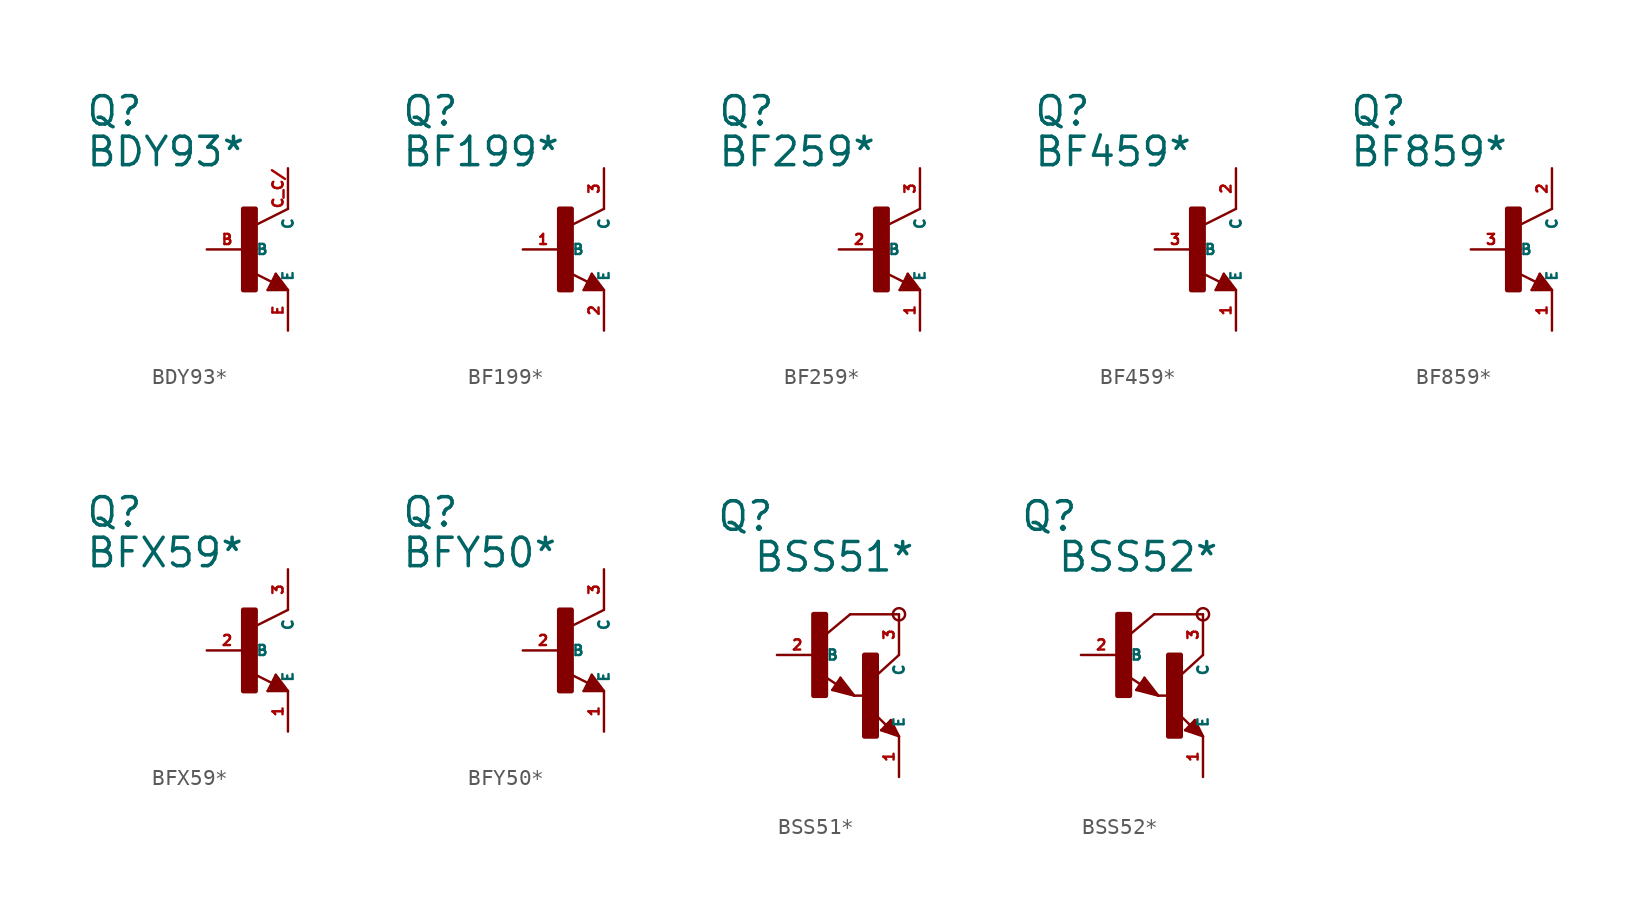
<source format=kicad_sym>
(kicad_symbol_lib
  (version 20220914)
  (generator Eagle2Kicad)
  (symbol "BDY93*"
    (property "Reference" "Q"
      (at -10.16 7.62 0)
      (effects (font (size 1.778 1.778) (thickness 0.22)) (justify left bottom)))
    (property "Value" "BDY93*"
      (at -10.16 5.08 0)
      (effects (font (size 1.778 1.778) (thickness 0.22)) (justify left bottom)))
    (polyline
      (pts (xy 2.54 2.54) (xy 0.508 1.524))
      (stroke (width 0.152) (type default))
      (fill (type none)))
    (polyline
      (pts (xy 1.778 -1.524) (xy 2.54 -2.54))
      (stroke (width 0.152) (type default))
      (fill (type none)))
    (polyline
      (pts (xy 2.54 -2.54) (xy 1.27 -2.54))
      (stroke (width 0.152) (type default))
      (fill (type none)))
    (polyline
      (pts (xy 1.27 -2.54) (xy 1.778 -1.524))
      (stroke (width 0.152) (type default))
      (fill (type none)))
    (polyline
      (pts (xy 1.54 -2.04) (xy 0.308 -1.424))
      (stroke (width 0.152) (type default))
      (fill (type none)))
    (polyline
      (pts (xy 1.524 -2.413) (xy 2.286 -2.413))
      (stroke (width 0.254) (type default))
      (fill (type none)))
    (polyline
      (pts (xy 2.286 -2.413) (xy 1.778 -1.778))
      (stroke (width 0.254) (type default))
      (fill (type none)))
    (polyline
      (pts (xy 1.778 -1.778) (xy 1.524 -2.286))
      (stroke (width 0.254) (type default))
      (fill (type none)))
    (polyline
      (pts (xy 1.524 -2.286) (xy 1.905 -2.286))
      (stroke (width 0.254) (type default))
      (fill (type none)))
    (polyline
      (pts (xy 1.905 -2.286) (xy 1.778 -2.032))
      (stroke (width 0.254) (type default))
      (fill (type none)))
    (rectangle
      (start -0.254 -2.54)
      (end 0.508 2.54)
      (stroke (width 0.3) (type default))
      (fill (type outline)))
    (pin passive line
      (at -2.54 0 0)
      (length 2.54)
      (name "B" (effects (font (size 0.635 0.635) (thickness 0.08)) (justify left bottom)))
      (number "B" (effects (font (size 0.635 0.635) (thickness 0.08)) (justify left bottom))))
    (pin passive line
      (at 2.54 -5.08 90)
      (length 2.54)
      (name "E" (effects (font (size 0.635 0.635) (thickness 0.08)) (justify left bottom)))
      (number "E" (effects (font (size 0.635 0.635) (thickness 0.08)) (justify left bottom))))
    (pin passive line
      (at 2.54 5.08 270)
      (length 2.54)
      (name "C" (effects (font (size 0.635 0.635) (thickness 0.08)) (justify left bottom)))
      (number "C C/" (effects (font (size 0.635 0.635) (thickness 0.08)) (justify left bottom)))))
  (symbol "BF199*"
    (property "Reference" "Q"
      (at -10.16 7.62 0)
      (effects (font (size 1.778 1.778) (thickness 0.22)) (justify left bottom)))
    (property "Value" "BF199*"
      (at -10.16 5.08 0)
      (effects (font (size 1.778 1.778) (thickness 0.22)) (justify left bottom)))
    (polyline
      (pts (xy 2.54 2.54) (xy 0.508 1.524))
      (stroke (width 0.152) (type default))
      (fill (type none)))
    (polyline
      (pts (xy 1.778 -1.524) (xy 2.54 -2.54))
      (stroke (width 0.152) (type default))
      (fill (type none)))
    (polyline
      (pts (xy 2.54 -2.54) (xy 1.27 -2.54))
      (stroke (width 0.152) (type default))
      (fill (type none)))
    (polyline
      (pts (xy 1.27 -2.54) (xy 1.778 -1.524))
      (stroke (width 0.152) (type default))
      (fill (type none)))
    (polyline
      (pts (xy 1.54 -2.04) (xy 0.308 -1.424))
      (stroke (width 0.152) (type default))
      (fill (type none)))
    (polyline
      (pts (xy 1.524 -2.413) (xy 2.286 -2.413))
      (stroke (width 0.254) (type default))
      (fill (type none)))
    (polyline
      (pts (xy 2.286 -2.413) (xy 1.778 -1.778))
      (stroke (width 0.254) (type default))
      (fill (type none)))
    (polyline
      (pts (xy 1.778 -1.778) (xy 1.524 -2.286))
      (stroke (width 0.254) (type default))
      (fill (type none)))
    (polyline
      (pts (xy 1.524 -2.286) (xy 1.905 -2.286))
      (stroke (width 0.254) (type default))
      (fill (type none)))
    (polyline
      (pts (xy 1.905 -2.286) (xy 1.778 -2.032))
      (stroke (width 0.254) (type default))
      (fill (type none)))
    (rectangle
      (start -0.254 -2.54)
      (end 0.508 2.54)
      (stroke (width 0.3) (type default))
      (fill (type outline)))
    (pin passive line
      (at -2.54 0 0)
      (length 2.54)
      (name "B" (effects (font (size 0.635 0.635) (thickness 0.08)) (justify left bottom)))
      (number "1" (effects (font (size 0.635 0.635) (thickness 0.08)) (justify left bottom))))
    (pin passive line
      (at 2.54 -5.08 90)
      (length 2.54)
      (name "E" (effects (font (size 0.635 0.635) (thickness 0.08)) (justify left bottom)))
      (number "2" (effects (font (size 0.635 0.635) (thickness 0.08)) (justify left bottom))))
    (pin passive line
      (at 2.54 5.08 270)
      (length 2.54)
      (name "C" (effects (font (size 0.635 0.635) (thickness 0.08)) (justify left bottom)))
      (number "3" (effects (font (size 0.635 0.635) (thickness 0.08)) (justify left bottom)))))
  (symbol "BF259*"
    (property "Reference" "Q"
      (at -10.16 7.62 0)
      (effects (font (size 1.778 1.778) (thickness 0.22)) (justify left bottom)))
    (property "Value" "BF259*"
      (at -10.16 5.08 0)
      (effects (font (size 1.778 1.778) (thickness 0.22)) (justify left bottom)))
    (polyline
      (pts (xy 2.54 2.54) (xy 0.508 1.524))
      (stroke (width 0.152) (type default))
      (fill (type none)))
    (polyline
      (pts (xy 1.778 -1.524) (xy 2.54 -2.54))
      (stroke (width 0.152) (type default))
      (fill (type none)))
    (polyline
      (pts (xy 2.54 -2.54) (xy 1.27 -2.54))
      (stroke (width 0.152) (type default))
      (fill (type none)))
    (polyline
      (pts (xy 1.27 -2.54) (xy 1.778 -1.524))
      (stroke (width 0.152) (type default))
      (fill (type none)))
    (polyline
      (pts (xy 1.54 -2.04) (xy 0.308 -1.424))
      (stroke (width 0.152) (type default))
      (fill (type none)))
    (polyline
      (pts (xy 1.524 -2.413) (xy 2.286 -2.413))
      (stroke (width 0.254) (type default))
      (fill (type none)))
    (polyline
      (pts (xy 2.286 -2.413) (xy 1.778 -1.778))
      (stroke (width 0.254) (type default))
      (fill (type none)))
    (polyline
      (pts (xy 1.778 -1.778) (xy 1.524 -2.286))
      (stroke (width 0.254) (type default))
      (fill (type none)))
    (polyline
      (pts (xy 1.524 -2.286) (xy 1.905 -2.286))
      (stroke (width 0.254) (type default))
      (fill (type none)))
    (polyline
      (pts (xy 1.905 -2.286) (xy 1.778 -2.032))
      (stroke (width 0.254) (type default))
      (fill (type none)))
    (rectangle
      (start -0.254 -2.54)
      (end 0.508 2.54)
      (stroke (width 0.3) (type default))
      (fill (type outline)))
    (pin passive line
      (at -2.54 0 0)
      (length 2.54)
      (name "B" (effects (font (size 0.635 0.635) (thickness 0.08)) (justify left bottom)))
      (number "2" (effects (font (size 0.635 0.635) (thickness 0.08)) (justify left bottom))))
    (pin passive line
      (at 2.54 -5.08 90)
      (length 2.54)
      (name "E" (effects (font (size 0.635 0.635) (thickness 0.08)) (justify left bottom)))
      (number "1" (effects (font (size 0.635 0.635) (thickness 0.08)) (justify left bottom))))
    (pin passive line
      (at 2.54 5.08 270)
      (length 2.54)
      (name "C" (effects (font (size 0.635 0.635) (thickness 0.08)) (justify left bottom)))
      (number "3" (effects (font (size 0.635 0.635) (thickness 0.08)) (justify left bottom)))))
  (symbol "BF459*"
    (property "Reference" "Q"
      (at -10.16 7.62 0)
      (effects (font (size 1.778 1.778) (thickness 0.22)) (justify left bottom)))
    (property "Value" "BF459*"
      (at -10.16 5.08 0)
      (effects (font (size 1.778 1.778) (thickness 0.22)) (justify left bottom)))
    (polyline
      (pts (xy 2.54 2.54) (xy 0.508 1.524))
      (stroke (width 0.152) (type default))
      (fill (type none)))
    (polyline
      (pts (xy 1.778 -1.524) (xy 2.54 -2.54))
      (stroke (width 0.152) (type default))
      (fill (type none)))
    (polyline
      (pts (xy 2.54 -2.54) (xy 1.27 -2.54))
      (stroke (width 0.152) (type default))
      (fill (type none)))
    (polyline
      (pts (xy 1.27 -2.54) (xy 1.778 -1.524))
      (stroke (width 0.152) (type default))
      (fill (type none)))
    (polyline
      (pts (xy 1.54 -2.04) (xy 0.308 -1.424))
      (stroke (width 0.152) (type default))
      (fill (type none)))
    (polyline
      (pts (xy 1.524 -2.413) (xy 2.286 -2.413))
      (stroke (width 0.254) (type default))
      (fill (type none)))
    (polyline
      (pts (xy 2.286 -2.413) (xy 1.778 -1.778))
      (stroke (width 0.254) (type default))
      (fill (type none)))
    (polyline
      (pts (xy 1.778 -1.778) (xy 1.524 -2.286))
      (stroke (width 0.254) (type default))
      (fill (type none)))
    (polyline
      (pts (xy 1.524 -2.286) (xy 1.905 -2.286))
      (stroke (width 0.254) (type default))
      (fill (type none)))
    (polyline
      (pts (xy 1.905 -2.286) (xy 1.778 -2.032))
      (stroke (width 0.254) (type default))
      (fill (type none)))
    (rectangle
      (start -0.254 -2.54)
      (end 0.508 2.54)
      (stroke (width 0.3) (type default))
      (fill (type outline)))
    (pin passive line
      (at -2.54 0 0)
      (length 2.54)
      (name "B" (effects (font (size 0.635 0.635) (thickness 0.08)) (justify left bottom)))
      (number "3" (effects (font (size 0.635 0.635) (thickness 0.08)) (justify left bottom))))
    (pin passive line
      (at 2.54 -5.08 90)
      (length 2.54)
      (name "E" (effects (font (size 0.635 0.635) (thickness 0.08)) (justify left bottom)))
      (number "1" (effects (font (size 0.635 0.635) (thickness 0.08)) (justify left bottom))))
    (pin passive line
      (at 2.54 5.08 270)
      (length 2.54)
      (name "C" (effects (font (size 0.635 0.635) (thickness 0.08)) (justify left bottom)))
      (number "2" (effects (font (size 0.635 0.635) (thickness 0.08)) (justify left bottom)))))
  (symbol "BF859*"
    (property "Reference" "Q"
      (at -10.16 7.62 0)
      (effects (font (size 1.778 1.778) (thickness 0.22)) (justify left bottom)))
    (property "Value" "BF859*"
      (at -10.16 5.08 0)
      (effects (font (size 1.778 1.778) (thickness 0.22)) (justify left bottom)))
    (polyline
      (pts (xy 2.54 2.54) (xy 0.508 1.524))
      (stroke (width 0.152) (type default))
      (fill (type none)))
    (polyline
      (pts (xy 1.778 -1.524) (xy 2.54 -2.54))
      (stroke (width 0.152) (type default))
      (fill (type none)))
    (polyline
      (pts (xy 2.54 -2.54) (xy 1.27 -2.54))
      (stroke (width 0.152) (type default))
      (fill (type none)))
    (polyline
      (pts (xy 1.27 -2.54) (xy 1.778 -1.524))
      (stroke (width 0.152) (type default))
      (fill (type none)))
    (polyline
      (pts (xy 1.54 -2.04) (xy 0.308 -1.424))
      (stroke (width 0.152) (type default))
      (fill (type none)))
    (polyline
      (pts (xy 1.524 -2.413) (xy 2.286 -2.413))
      (stroke (width 0.254) (type default))
      (fill (type none)))
    (polyline
      (pts (xy 2.286 -2.413) (xy 1.778 -1.778))
      (stroke (width 0.254) (type default))
      (fill (type none)))
    (polyline
      (pts (xy 1.778 -1.778) (xy 1.524 -2.286))
      (stroke (width 0.254) (type default))
      (fill (type none)))
    (polyline
      (pts (xy 1.524 -2.286) (xy 1.905 -2.286))
      (stroke (width 0.254) (type default))
      (fill (type none)))
    (polyline
      (pts (xy 1.905 -2.286) (xy 1.778 -2.032))
      (stroke (width 0.254) (type default))
      (fill (type none)))
    (rectangle
      (start -0.254 -2.54)
      (end 0.508 2.54)
      (stroke (width 0.3) (type default))
      (fill (type outline)))
    (pin passive line
      (at -2.54 0 0)
      (length 2.54)
      (name "B" (effects (font (size 0.635 0.635) (thickness 0.08)) (justify left bottom)))
      (number "3" (effects (font (size 0.635 0.635) (thickness 0.08)) (justify left bottom))))
    (pin passive line
      (at 2.54 -5.08 90)
      (length 2.54)
      (name "E" (effects (font (size 0.635 0.635) (thickness 0.08)) (justify left bottom)))
      (number "1" (effects (font (size 0.635 0.635) (thickness 0.08)) (justify left bottom))))
    (pin passive line
      (at 2.54 5.08 270)
      (length 2.54)
      (name "C" (effects (font (size 0.635 0.635) (thickness 0.08)) (justify left bottom)))
      (number "2" (effects (font (size 0.635 0.635) (thickness 0.08)) (justify left bottom)))))
  (symbol "BFX59*"
    (property "Reference" "Q"
      (at -10.16 7.62 0)
      (effects (font (size 1.778 1.778) (thickness 0.22)) (justify left bottom)))
    (property "Value" "BFX59*"
      (at -10.16 5.08 0)
      (effects (font (size 1.778 1.778) (thickness 0.22)) (justify left bottom)))
    (polyline
      (pts (xy 2.54 2.54) (xy 0.508 1.524))
      (stroke (width 0.152) (type default))
      (fill (type none)))
    (polyline
      (pts (xy 1.778 -1.524) (xy 2.54 -2.54))
      (stroke (width 0.152) (type default))
      (fill (type none)))
    (polyline
      (pts (xy 2.54 -2.54) (xy 1.27 -2.54))
      (stroke (width 0.152) (type default))
      (fill (type none)))
    (polyline
      (pts (xy 1.27 -2.54) (xy 1.778 -1.524))
      (stroke (width 0.152) (type default))
      (fill (type none)))
    (polyline
      (pts (xy 1.54 -2.04) (xy 0.308 -1.424))
      (stroke (width 0.152) (type default))
      (fill (type none)))
    (polyline
      (pts (xy 1.524 -2.413) (xy 2.286 -2.413))
      (stroke (width 0.254) (type default))
      (fill (type none)))
    (polyline
      (pts (xy 2.286 -2.413) (xy 1.778 -1.778))
      (stroke (width 0.254) (type default))
      (fill (type none)))
    (polyline
      (pts (xy 1.778 -1.778) (xy 1.524 -2.286))
      (stroke (width 0.254) (type default))
      (fill (type none)))
    (polyline
      (pts (xy 1.524 -2.286) (xy 1.905 -2.286))
      (stroke (width 0.254) (type default))
      (fill (type none)))
    (polyline
      (pts (xy 1.905 -2.286) (xy 1.778 -2.032))
      (stroke (width 0.254) (type default))
      (fill (type none)))
    (rectangle
      (start -0.254 -2.54)
      (end 0.508 2.54)
      (stroke (width 0.3) (type default))
      (fill (type outline)))
    (pin passive line
      (at -2.54 0 0)
      (length 2.54)
      (name "B" (effects (font (size 0.635 0.635) (thickness 0.08)) (justify left bottom)))
      (number "2" (effects (font (size 0.635 0.635) (thickness 0.08)) (justify left bottom))))
    (pin passive line
      (at 2.54 -5.08 90)
      (length 2.54)
      (name "E" (effects (font (size 0.635 0.635) (thickness 0.08)) (justify left bottom)))
      (number "1" (effects (font (size 0.635 0.635) (thickness 0.08)) (justify left bottom))))
    (pin passive line
      (at 2.54 5.08 270)
      (length 2.54)
      (name "C" (effects (font (size 0.635 0.635) (thickness 0.08)) (justify left bottom)))
      (number "3" (effects (font (size 0.635 0.635) (thickness 0.08)) (justify left bottom)))))
  (symbol "BFY50*"
    (property "Reference" "Q"
      (at -10.16 7.62 0)
      (effects (font (size 1.778 1.778) (thickness 0.22)) (justify left bottom)))
    (property "Value" "BFY50*"
      (at -10.16 5.08 0)
      (effects (font (size 1.778 1.778) (thickness 0.22)) (justify left bottom)))
    (polyline
      (pts (xy 2.54 2.54) (xy 0.508 1.524))
      (stroke (width 0.152) (type default))
      (fill (type none)))
    (polyline
      (pts (xy 1.778 -1.524) (xy 2.54 -2.54))
      (stroke (width 0.152) (type default))
      (fill (type none)))
    (polyline
      (pts (xy 2.54 -2.54) (xy 1.27 -2.54))
      (stroke (width 0.152) (type default))
      (fill (type none)))
    (polyline
      (pts (xy 1.27 -2.54) (xy 1.778 -1.524))
      (stroke (width 0.152) (type default))
      (fill (type none)))
    (polyline
      (pts (xy 1.54 -2.04) (xy 0.308 -1.424))
      (stroke (width 0.152) (type default))
      (fill (type none)))
    (polyline
      (pts (xy 1.524 -2.413) (xy 2.286 -2.413))
      (stroke (width 0.254) (type default))
      (fill (type none)))
    (polyline
      (pts (xy 2.286 -2.413) (xy 1.778 -1.778))
      (stroke (width 0.254) (type default))
      (fill (type none)))
    (polyline
      (pts (xy 1.778 -1.778) (xy 1.524 -2.286))
      (stroke (width 0.254) (type default))
      (fill (type none)))
    (polyline
      (pts (xy 1.524 -2.286) (xy 1.905 -2.286))
      (stroke (width 0.254) (type default))
      (fill (type none)))
    (polyline
      (pts (xy 1.905 -2.286) (xy 1.778 -2.032))
      (stroke (width 0.254) (type default))
      (fill (type none)))
    (rectangle
      (start -0.254 -2.54)
      (end 0.508 2.54)
      (stroke (width 0.3) (type default))
      (fill (type outline)))
    (pin passive line
      (at -2.54 0 0)
      (length 2.54)
      (name "B" (effects (font (size 0.635 0.635) (thickness 0.08)) (justify left bottom)))
      (number "2" (effects (font (size 0.635 0.635) (thickness 0.08)) (justify left bottom))))
    (pin passive line
      (at 2.54 -5.08 90)
      (length 2.54)
      (name "E" (effects (font (size 0.635 0.635) (thickness 0.08)) (justify left bottom)))
      (number "1" (effects (font (size 0.635 0.635) (thickness 0.08)) (justify left bottom))))
    (pin passive line
      (at 2.54 5.08 270)
      (length 2.54)
      (name "C" (effects (font (size 0.635 0.635) (thickness 0.08)) (justify left bottom)))
      (number "3" (effects (font (size 0.635 0.635) (thickness 0.08)) (justify left bottom)))))
  (symbol "BSS51*"
    (property "Reference" "Q"
      (at -6.35 7.62 0)
      (effects (font (size 1.778 1.778) (thickness 0.22)) (justify left bottom)))
    (property "Value" "BSS51*"
      (at -4.064 5.08 0)
      (effects (font (size 1.778 1.778) (thickness 0.22)) (justify left bottom)))
    (polyline
      (pts (xy 5.08 2.54) (xy 2.032 2.54))
      (stroke (width 0.152) (type default))
      (fill (type none)))
    (polyline
      (pts (xy 1.424 -1.424) (xy 2.286 -2.54))
      (stroke (width 0.152) (type default))
      (fill (type none)))
    (polyline
      (pts (xy 2.921 -2.54) (xy 2.286 -2.54))
      (stroke (width 0.152) (type default))
      (fill (type none)))
    (polyline
      (pts (xy 0.916 -2.186) (xy 1.424 -1.424))
      (stroke (width 0.152) (type default))
      (fill (type none)))
    (polyline
      (pts (xy 2.286 -2.54) (xy 0.916 -2.186))
      (stroke (width 0.152) (type default))
      (fill (type none)))
    (polyline
      (pts (xy 2.032 2.54) (xy 0.508 1.27))
      (stroke (width 0.152) (type default))
      (fill (type none)))
    (polyline
      (pts (xy 5.08 0) (xy 3.683 -1.27))
      (stroke (width 0.152) (type default))
      (fill (type none)))
    (polyline
      (pts (xy 5.08 -5.08) (xy 3.964 -4.699))
      (stroke (width 0.152) (type default))
      (fill (type none)))
    (polyline
      (pts (xy 4.572 -4.064) (xy 5.08 -5.08))
      (stroke (width 0.152) (type default))
      (fill (type none)))
    (polyline
      (pts (xy 3.964 -4.699) (xy 4.572 -4.064))
      (stroke (width 0.152) (type default))
      (fill (type none)))
    (polyline
      (pts (xy 1.186 -1.84) (xy 0.208 -1.197))
      (stroke (width 0.152) (type default))
      (fill (type none)))
    (polyline
      (pts (xy 4.28 -4.38) (xy 3.483 -3.61))
      (stroke (width 0.152) (type default))
      (fill (type none)))
    (polyline
      (pts (xy 2.159 -2.413) (xy 1.397 -1.524))
      (stroke (width 0.127) (type default))
      (fill (type none)))
    (polyline
      (pts (xy 1.397 -1.524) (xy 1.016 -2.159))
      (stroke (width 0.127) (type default))
      (fill (type none)))
    (polyline
      (pts (xy 1.016 -2.159) (xy 2.032 -2.413))
      (stroke (width 0.127) (type default))
      (fill (type none)))
    (polyline
      (pts (xy 2.032 -2.413) (xy 1.397 -1.651))
      (stroke (width 0.127) (type default))
      (fill (type none)))
    (polyline
      (pts (xy 1.397 -1.651) (xy 1.143 -2.032))
      (stroke (width 0.127) (type default))
      (fill (type none)))
    (polyline
      (pts (xy 1.143 -2.032) (xy 1.905 -2.286))
      (stroke (width 0.254) (type default))
      (fill (type none)))
    (polyline
      (pts (xy 1.905 -2.286) (xy 1.397 -1.778))
      (stroke (width 0.254) (type default))
      (fill (type none)))
    (polyline
      (pts (xy 1.397 -1.778) (xy 1.397 -1.905))
      (stroke (width 0.254) (type default))
      (fill (type none)))
    (polyline
      (pts (xy 4.953 -4.953) (xy 4.572 -4.191))
      (stroke (width 0.127) (type default))
      (fill (type none)))
    (polyline
      (pts (xy 4.572 -4.191) (xy 4.064 -4.699))
      (stroke (width 0.127) (type default))
      (fill (type none)))
    (polyline
      (pts (xy 4.064 -4.699) (xy 4.826 -4.953))
      (stroke (width 0.127) (type default))
      (fill (type none)))
    (polyline
      (pts (xy 4.826 -4.953) (xy 4.572 -4.318))
      (stroke (width 0.127) (type default))
      (fill (type none)))
    (polyline
      (pts (xy 4.572 -4.318) (xy 4.191 -4.699))
      (stroke (width 0.254) (type default))
      (fill (type none)))
    (polyline
      (pts (xy 4.191 -4.699) (xy 4.699 -4.826))
      (stroke (width 0.254) (type default))
      (fill (type none)))
    (polyline
      (pts (xy 4.699 -4.826) (xy 4.572 -4.572))
      (stroke (width 0.254) (type default))
      (fill (type none)))
    (polyline
      (pts (xy 4.572 -4.572) (xy 4.445 -4.572))
      (stroke (width 0.254) (type default))
      (fill (type none)))
    (circle
      (center 5.08 2.54)
      (radius 0.381)
      (stroke (width 0) (type default))
      (fill (type none)))
    (rectangle
      (start -0.254 -2.54)
      (end 0.508 2.54)
      (stroke (width 0.3) (type default))
      (fill (type outline)))
    (rectangle
      (start 2.921 -5.08)
      (end 3.683 0)
      (stroke (width 0.3) (type default))
      (fill (type outline)))
    (pin passive line
      (at -2.54 0 0)
      (length 2.54)
      (name "B" (effects (font (size 0.635 0.635) (thickness 0.08)) (justify left bottom)))
      (number "2" (effects (font (size 0.635 0.635) (thickness 0.08)) (justify left bottom))))
    (pin passive line
      (at 5.08 -7.62 90)
      (length 2.54)
      (name "E" (effects (font (size 0.635 0.635) (thickness 0.08)) (justify left bottom)))
      (number "1" (effects (font (size 0.635 0.635) (thickness 0.08)) (justify left bottom))))
    (pin passive line
      (at 5.08 2.54 270)
      (length 2.54)
      (name "C" (effects (font (size 0.635 0.635) (thickness 0.08)) (justify left bottom)))
      (number "3" (effects (font (size 0.635 0.635) (thickness 0.08)) (justify left bottom)))))
  (symbol "BSS52*"
    (property "Reference" "Q"
      (at -6.35 7.62 0)
      (effects (font (size 1.778 1.778) (thickness 0.22)) (justify left bottom)))
    (property "Value" "BSS52*"
      (at -4.064 5.08 0)
      (effects (font (size 1.778 1.778) (thickness 0.22)) (justify left bottom)))
    (polyline
      (pts (xy 5.08 2.54) (xy 2.032 2.54))
      (stroke (width 0.152) (type default))
      (fill (type none)))
    (polyline
      (pts (xy 1.424 -1.424) (xy 2.286 -2.54))
      (stroke (width 0.152) (type default))
      (fill (type none)))
    (polyline
      (pts (xy 2.921 -2.54) (xy 2.286 -2.54))
      (stroke (width 0.152) (type default))
      (fill (type none)))
    (polyline
      (pts (xy 0.916 -2.186) (xy 1.424 -1.424))
      (stroke (width 0.152) (type default))
      (fill (type none)))
    (polyline
      (pts (xy 2.286 -2.54) (xy 0.916 -2.186))
      (stroke (width 0.152) (type default))
      (fill (type none)))
    (polyline
      (pts (xy 2.032 2.54) (xy 0.508 1.27))
      (stroke (width 0.152) (type default))
      (fill (type none)))
    (polyline
      (pts (xy 5.08 0) (xy 3.683 -1.27))
      (stroke (width 0.152) (type default))
      (fill (type none)))
    (polyline
      (pts (xy 5.08 -5.08) (xy 3.964 -4.699))
      (stroke (width 0.152) (type default))
      (fill (type none)))
    (polyline
      (pts (xy 4.572 -4.064) (xy 5.08 -5.08))
      (stroke (width 0.152) (type default))
      (fill (type none)))
    (polyline
      (pts (xy 3.964 -4.699) (xy 4.572 -4.064))
      (stroke (width 0.152) (type default))
      (fill (type none)))
    (polyline
      (pts (xy 1.186 -1.84) (xy 0.208 -1.197))
      (stroke (width 0.152) (type default))
      (fill (type none)))
    (polyline
      (pts (xy 4.28 -4.38) (xy 3.483 -3.61))
      (stroke (width 0.152) (type default))
      (fill (type none)))
    (polyline
      (pts (xy 2.159 -2.413) (xy 1.397 -1.524))
      (stroke (width 0.127) (type default))
      (fill (type none)))
    (polyline
      (pts (xy 1.397 -1.524) (xy 1.016 -2.159))
      (stroke (width 0.127) (type default))
      (fill (type none)))
    (polyline
      (pts (xy 1.016 -2.159) (xy 2.032 -2.413))
      (stroke (width 0.127) (type default))
      (fill (type none)))
    (polyline
      (pts (xy 2.032 -2.413) (xy 1.397 -1.651))
      (stroke (width 0.127) (type default))
      (fill (type none)))
    (polyline
      (pts (xy 1.397 -1.651) (xy 1.143 -2.032))
      (stroke (width 0.127) (type default))
      (fill (type none)))
    (polyline
      (pts (xy 1.143 -2.032) (xy 1.905 -2.286))
      (stroke (width 0.254) (type default))
      (fill (type none)))
    (polyline
      (pts (xy 1.905 -2.286) (xy 1.397 -1.778))
      (stroke (width 0.254) (type default))
      (fill (type none)))
    (polyline
      (pts (xy 1.397 -1.778) (xy 1.397 -1.905))
      (stroke (width 0.254) (type default))
      (fill (type none)))
    (polyline
      (pts (xy 4.953 -4.953) (xy 4.572 -4.191))
      (stroke (width 0.127) (type default))
      (fill (type none)))
    (polyline
      (pts (xy 4.572 -4.191) (xy 4.064 -4.699))
      (stroke (width 0.127) (type default))
      (fill (type none)))
    (polyline
      (pts (xy 4.064 -4.699) (xy 4.826 -4.953))
      (stroke (width 0.127) (type default))
      (fill (type none)))
    (polyline
      (pts (xy 4.826 -4.953) (xy 4.572 -4.318))
      (stroke (width 0.127) (type default))
      (fill (type none)))
    (polyline
      (pts (xy 4.572 -4.318) (xy 4.191 -4.699))
      (stroke (width 0.254) (type default))
      (fill (type none)))
    (polyline
      (pts (xy 4.191 -4.699) (xy 4.699 -4.826))
      (stroke (width 0.254) (type default))
      (fill (type none)))
    (polyline
      (pts (xy 4.699 -4.826) (xy 4.572 -4.572))
      (stroke (width 0.254) (type default))
      (fill (type none)))
    (polyline
      (pts (xy 4.572 -4.572) (xy 4.445 -4.572))
      (stroke (width 0.254) (type default))
      (fill (type none)))
    (circle
      (center 5.08 2.54)
      (radius 0.381)
      (stroke (width 0) (type default))
      (fill (type none)))
    (rectangle
      (start -0.254 -2.54)
      (end 0.508 2.54)
      (stroke (width 0.3) (type default))
      (fill (type outline)))
    (rectangle
      (start 2.921 -5.08)
      (end 3.683 0)
      (stroke (width 0.3) (type default))
      (fill (type outline)))
    (pin passive line
      (at -2.54 0 0)
      (length 2.54)
      (name "B" (effects (font (size 0.635 0.635) (thickness 0.08)) (justify left bottom)))
      (number "2" (effects (font (size 0.635 0.635) (thickness 0.08)) (justify left bottom))))
    (pin passive line
      (at 5.08 -7.62 90)
      (length 2.54)
      (name "E" (effects (font (size 0.635 0.635) (thickness 0.08)) (justify left bottom)))
      (number "1" (effects (font (size 0.635 0.635) (thickness 0.08)) (justify left bottom))))
    (pin passive line
      (at 5.08 2.54 270)
      (length 2.54)
      (name "C" (effects (font (size 0.635 0.635) (thickness 0.08)) (justify left bottom)))
      (number "3" (effects (font (size 0.635 0.635) (thickness 0.08)) (justify left bottom))))))
</source>
